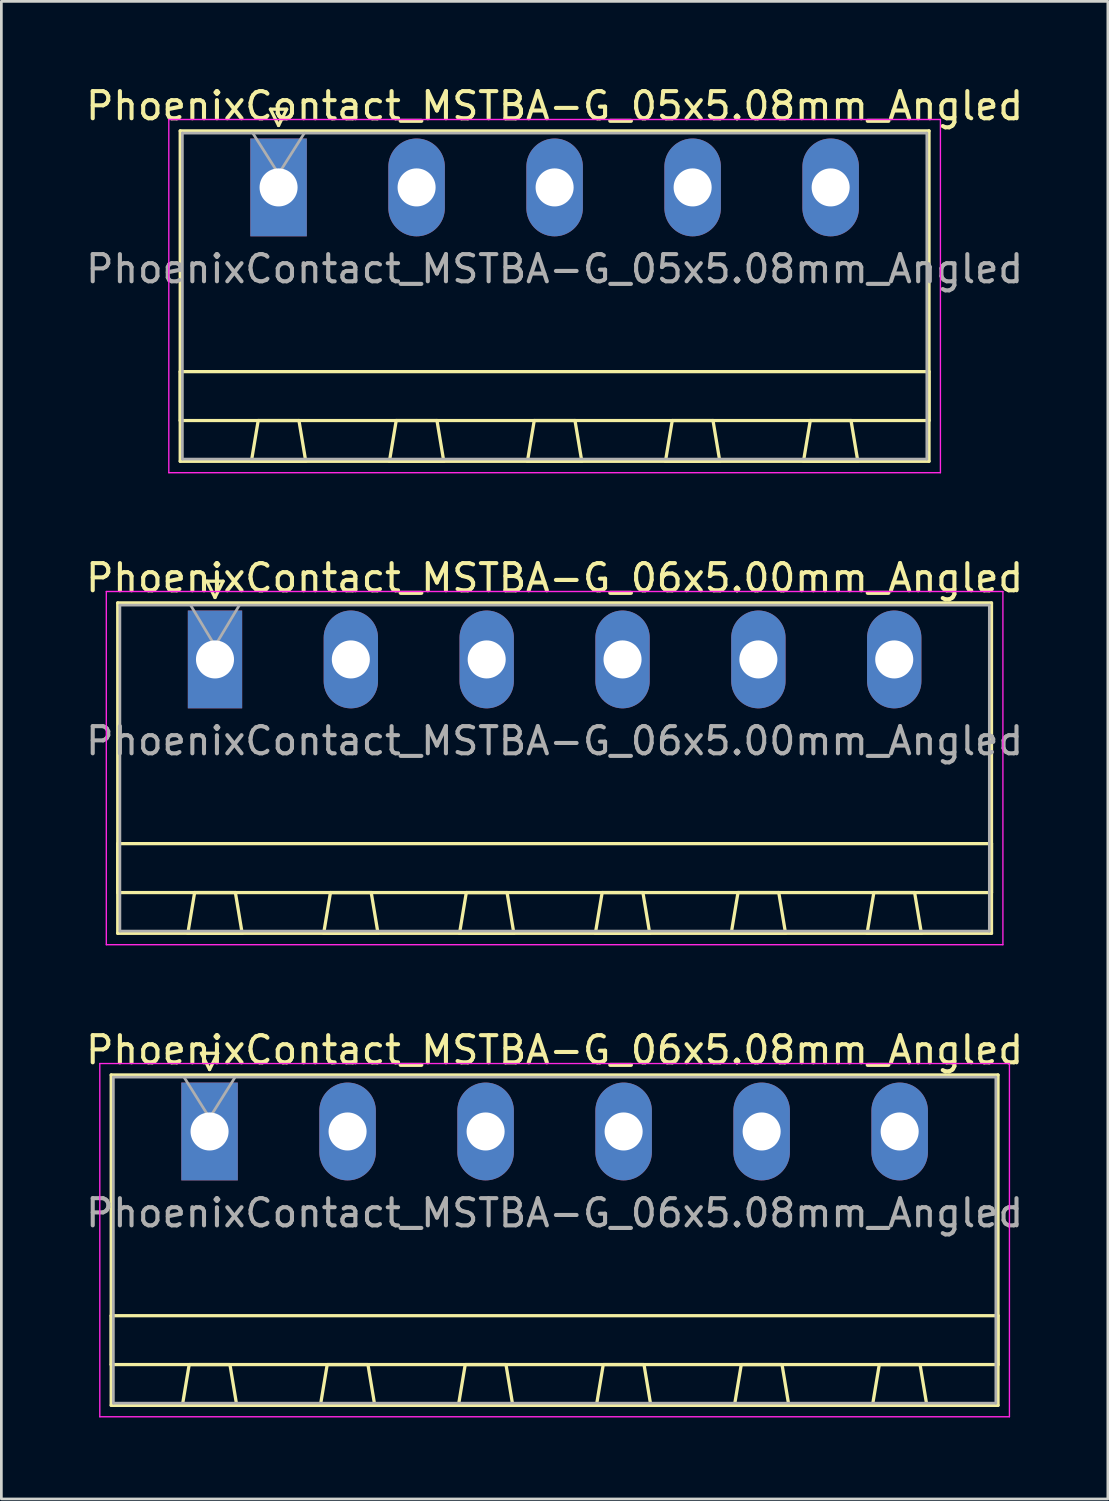
<source format=kicad_pcb>
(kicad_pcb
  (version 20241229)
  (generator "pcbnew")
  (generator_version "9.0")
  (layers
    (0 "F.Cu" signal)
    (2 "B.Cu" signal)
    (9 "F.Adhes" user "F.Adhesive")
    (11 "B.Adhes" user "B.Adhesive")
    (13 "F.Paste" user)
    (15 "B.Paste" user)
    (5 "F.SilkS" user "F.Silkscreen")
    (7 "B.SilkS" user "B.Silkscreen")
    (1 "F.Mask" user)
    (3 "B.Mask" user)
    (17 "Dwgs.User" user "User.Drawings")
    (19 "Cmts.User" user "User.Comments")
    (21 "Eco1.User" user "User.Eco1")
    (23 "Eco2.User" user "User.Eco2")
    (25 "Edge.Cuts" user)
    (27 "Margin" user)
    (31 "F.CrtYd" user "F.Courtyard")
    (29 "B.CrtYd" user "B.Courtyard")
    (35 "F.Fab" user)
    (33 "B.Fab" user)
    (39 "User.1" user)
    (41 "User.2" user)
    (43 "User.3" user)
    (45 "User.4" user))
  (footprint "PhoenixContact_MSTBA-G_06x5.08mm_Angled"
    (layer "F.Cu")
    (at 4.663 38.595)
    (property "Reference" "PhoenixContact_MSTBA-G_06x5.08mm_Angled" (at 12.7 -3 0) (layer "F.SilkS") (effects (font (size 1 1) (thickness 0.15))))
    (attr through_hole)
    (fp_line (start -3.62 -2.08) (end -3.62 10.08) (stroke (width 0.12) (type solid)) (layer "F.SilkS"))
    (fp_line (start -3.62 6.78) (end 29.02 6.78) (stroke (width 0.12) (type solid)) (layer "F.SilkS"))
    (fp_line (start -3.62 8.58) (end -3.62 6.78) (stroke (width 0.12) (type solid)) (layer "F.SilkS"))
    (fp_line (start -3.62 10.08) (end 29.02 10.08) (stroke (width 0.12) (type solid)) (layer "F.SilkS"))
    (fp_line (start -1 10.08) (end 1 10.08) (stroke (width 0.12) (type solid)) (layer "F.SilkS"))
    (fp_line (start -0.75 8.58) (end -1 10.08) (stroke (width 0.12) (type solid)) (layer "F.SilkS"))
    (fp_line (start -0.3 -2.88) (end 0.3 -2.88) (stroke (width 0.12) (type solid)) (layer "F.SilkS"))
    (fp_line (start 0 -2.28) (end -0.3 -2.88) (stroke (width 0.12) (type solid)) (layer "F.SilkS"))
    (fp_line (start 0.3 -2.88) (end 0 -2.28) (stroke (width 0.12) (type solid)) (layer "F.SilkS"))
    (fp_line (start 0.75 8.58) (end -0.75 8.58) (stroke (width 0.12) (type solid)) (layer "F.SilkS"))
    (fp_line (start 1 10.08) (end 0.75 8.58) (stroke (width 0.12) (type solid)) (layer "F.SilkS"))
    (fp_line (start 4.08 10.08) (end 6.08 10.08) (stroke (width 0.12) (type solid)) (layer "F.SilkS"))
    (fp_line (start 4.33 8.58) (end 4.08 10.08) (stroke (width 0.12) (type solid)) (layer "F.SilkS"))
    (fp_line (start 5.83 8.58) (end 4.33 8.58) (stroke (width 0.12) (type solid)) (layer "F.SilkS"))
    (fp_line (start 6.08 10.08) (end 5.83 8.58) (stroke (width 0.12) (type solid)) (layer "F.SilkS"))
    (fp_line (start 9.16 10.08) (end 11.16 10.08) (stroke (width 0.12) (type solid)) (layer "F.SilkS"))
    (fp_line (start 9.41 8.58) (end 9.16 10.08) (stroke (width 0.12) (type solid)) (layer "F.SilkS"))
    (fp_line (start 10.91 8.58) (end 9.41 8.58) (stroke (width 0.12) (type solid)) (layer "F.SilkS"))
    (fp_line (start 11.16 10.08) (end 10.91 8.58) (stroke (width 0.12) (type solid)) (layer "F.SilkS"))
    (fp_line (start 14.24 10.08) (end 16.24 10.08) (stroke (width 0.12) (type solid)) (layer "F.SilkS"))
    (fp_line (start 14.49 8.58) (end 14.24 10.08) (stroke (width 0.12) (type solid)) (layer "F.SilkS"))
    (fp_line (start 15.99 8.58) (end 14.49 8.58) (stroke (width 0.12) (type solid)) (layer "F.SilkS"))
    (fp_line (start 16.24 10.08) (end 15.99 8.58) (stroke (width 0.12) (type solid)) (layer "F.SilkS"))
    (fp_line (start 19.32 10.08) (end 21.32 10.08) (stroke (width 0.12) (type solid)) (layer "F.SilkS"))
    (fp_line (start 19.57 8.58) (end 19.32 10.08) (stroke (width 0.12) (type solid)) (layer "F.SilkS"))
    (fp_line (start 21.07 8.58) (end 19.57 8.58) (stroke (width 0.12) (type solid)) (layer "F.SilkS"))
    (fp_line (start 21.32 10.08) (end 21.07 8.58) (stroke (width 0.12) (type solid)) (layer "F.SilkS"))
    (fp_line (start 24.4 10.08) (end 26.4 10.08) (stroke (width 0.12) (type solid)) (layer "F.SilkS"))
    (fp_line (start 24.65 8.58) (end 24.4 10.08) (stroke (width 0.12) (type solid)) (layer "F.SilkS"))
    (fp_line (start 26.15 8.58) (end 24.65 8.58) (stroke (width 0.12) (type solid)) (layer "F.SilkS"))
    (fp_line (start 26.4 10.08) (end 26.15 8.58) (stroke (width 0.12) (type solid)) (layer "F.SilkS"))
    (fp_line (start 29.02 -2.08) (end -3.62 -2.08) (stroke (width 0.12) (type solid)) (layer "F.SilkS"))
    (fp_line (start 29.02 6.78) (end 29.02 8.58) (stroke (width 0.12) (type solid)) (layer "F.SilkS"))
    (fp_line (start 29.02 8.58) (end -3.62 8.58) (stroke (width 0.12) (type solid)) (layer "F.SilkS"))
    (fp_line (start 29.02 10.08) (end 29.02 -2.08) (stroke (width 0.12) (type solid)) (layer "F.SilkS"))
    (fp_line (start -4.04 -2.5) (end -4.04 10.5) (stroke (width 0.05) (type solid)) (layer "F.CrtYd"))
    (fp_line (start -4.04 10.5) (end 29.44 10.5) (stroke (width 0.05) (type solid)) (layer "F.CrtYd"))
    (fp_line (start 29.44 -2.5) (end -4.04 -2.5) (stroke (width 0.05) (type solid)) (layer "F.CrtYd"))
    (fp_line (start 29.44 10.5) (end 29.44 -2.5) (stroke (width 0.05) (type solid)) (layer "F.CrtYd"))
    (fp_line (start -3.54 -2) (end -3.54 10) (stroke (width 0.1) (type solid)) (layer "F.Fab"))
    (fp_line (start -3.54 10) (end 28.94 10) (stroke (width 0.1) (type solid)) (layer "F.Fab"))
    (fp_line (start 0 -0.5) (end -0.94 -2) (stroke (width 0.1) (type solid)) (layer "F.Fab"))
    (fp_line (start 0.94 -2) (end 0 -0.5) (stroke (width 0.1) (type solid)) (layer "F.Fab"))
    (fp_line (start 28.94 -2) (end -3.54 -2) (stroke (width 0.1) (type solid)) (layer "F.Fab"))
    (fp_line (start 28.94 10) (end 28.94 -2) (stroke (width 0.1) (type solid)) (layer "F.Fab"))
    (fp_text user "${REFERENCE}" (at 12.7 3 0) (layer "F.Fab") (effects (font (size 1 1) (thickness 0.15))))
    (pad "1" thru_hole rect (at 0 0) (size 2.08 3.6) (drill 1.4) (layers "*.Cu" "*.Mask"))
    (pad "2" thru_hole oval (at 5.08 0) (size 2.08 3.6) (drill 1.4) (layers "*.Cu" "*.Mask"))
    (pad "3" thru_hole oval (at 10.16 0) (size 2.08 3.6) (drill 1.4) (layers "*.Cu" "*.Mask"))
    (pad "4" thru_hole oval (at 15.24 0) (size 2.08 3.6) (drill 1.4) (layers "*.Cu" "*.Mask"))
    (pad "5" thru_hole oval (at 20.32 0) (size 2.08 3.6) (drill 1.4) (layers "*.Cu" "*.Mask"))
    (pad "6" thru_hole oval (at 25.4 0) (size 2.08 3.6) (drill 1.4) (layers "*.Cu" "*.Mask")))
  (footprint "PhoenixContact_MSTBA-G_06x5.00mm_Angled"
    (layer "F.Cu")
    (at 4.863 21.221)
    (property "Reference" "PhoenixContact_MSTBA-G_06x5.00mm_Angled" (at 12.5 -3 0) (layer "F.SilkS") (effects (font (size 1 1) (thickness 0.15))))
    (attr through_hole)
    (fp_line (start -3.58 -2.08) (end -3.58 10.08) (stroke (width 0.12) (type solid)) (layer "F.SilkS"))
    (fp_line (start -3.58 6.78) (end 28.58 6.78) (stroke (width 0.12) (type solid)) (layer "F.SilkS"))
    (fp_line (start -3.58 8.58) (end -3.58 6.78) (stroke (width 0.12) (type solid)) (layer "F.SilkS"))
    (fp_line (start -3.58 10.08) (end 28.58 10.08) (stroke (width 0.12) (type solid)) (layer "F.SilkS"))
    (fp_line (start -1 10.08) (end 1 10.08) (stroke (width 0.12) (type solid)) (layer "F.SilkS"))
    (fp_line (start -0.75 8.58) (end -1 10.08) (stroke (width 0.12) (type solid)) (layer "F.SilkS"))
    (fp_line (start -0.3 -2.88) (end 0.3 -2.88) (stroke (width 0.12) (type solid)) (layer "F.SilkS"))
    (fp_line (start 0 -2.28) (end -0.3 -2.88) (stroke (width 0.12) (type solid)) (layer "F.SilkS"))
    (fp_line (start 0.3 -2.88) (end 0 -2.28) (stroke (width 0.12) (type solid)) (layer "F.SilkS"))
    (fp_line (start 0.75 8.58) (end -0.75 8.58) (stroke (width 0.12) (type solid)) (layer "F.SilkS"))
    (fp_line (start 1 10.08) (end 0.75 8.58) (stroke (width 0.12) (type solid)) (layer "F.SilkS"))
    (fp_line (start 4 10.08) (end 6 10.08) (stroke (width 0.12) (type solid)) (layer "F.SilkS"))
    (fp_line (start 4.25 8.58) (end 4 10.08) (stroke (width 0.12) (type solid)) (layer "F.SilkS"))
    (fp_line (start 5.75 8.58) (end 4.25 8.58) (stroke (width 0.12) (type solid)) (layer "F.SilkS"))
    (fp_line (start 6 10.08) (end 5.75 8.58) (stroke (width 0.12) (type solid)) (layer "F.SilkS"))
    (fp_line (start 9 10.08) (end 11 10.08) (stroke (width 0.12) (type solid)) (layer "F.SilkS"))
    (fp_line (start 9.25 8.58) (end 9 10.08) (stroke (width 0.12) (type solid)) (layer "F.SilkS"))
    (fp_line (start 10.75 8.58) (end 9.25 8.58) (stroke (width 0.12) (type solid)) (layer "F.SilkS"))
    (fp_line (start 11 10.08) (end 10.75 8.58) (stroke (width 0.12) (type solid)) (layer "F.SilkS"))
    (fp_line (start 14 10.08) (end 16 10.08) (stroke (width 0.12) (type solid)) (layer "F.SilkS"))
    (fp_line (start 14.25 8.58) (end 14 10.08) (stroke (width 0.12) (type solid)) (layer "F.SilkS"))
    (fp_line (start 15.75 8.58) (end 14.25 8.58) (stroke (width 0.12) (type solid)) (layer "F.SilkS"))
    (fp_line (start 16 10.08) (end 15.75 8.58) (stroke (width 0.12) (type solid)) (layer "F.SilkS"))
    (fp_line (start 19 10.08) (end 21 10.08) (stroke (width 0.12) (type solid)) (layer "F.SilkS"))
    (fp_line (start 19.25 8.58) (end 19 10.08) (stroke (width 0.12) (type solid)) (layer "F.SilkS"))
    (fp_line (start 20.75 8.58) (end 19.25 8.58) (stroke (width 0.12) (type solid)) (layer "F.SilkS"))
    (fp_line (start 21 10.08) (end 20.75 8.58) (stroke (width 0.12) (type solid)) (layer "F.SilkS"))
    (fp_line (start 24 10.08) (end 26 10.08) (stroke (width 0.12) (type solid)) (layer "F.SilkS"))
    (fp_line (start 24.25 8.58) (end 24 10.08) (stroke (width 0.12) (type solid)) (layer "F.SilkS"))
    (fp_line (start 25.75 8.58) (end 24.25 8.58) (stroke (width 0.12) (type solid)) (layer "F.SilkS"))
    (fp_line (start 26 10.08) (end 25.75 8.58) (stroke (width 0.12) (type solid)) (layer "F.SilkS"))
    (fp_line (start 28.58 -2.08) (end -3.58 -2.08) (stroke (width 0.12) (type solid)) (layer "F.SilkS"))
    (fp_line (start 28.58 6.78) (end 28.58 8.58) (stroke (width 0.12) (type solid)) (layer "F.SilkS"))
    (fp_line (start 28.58 8.58) (end -3.58 8.58) (stroke (width 0.12) (type solid)) (layer "F.SilkS"))
    (fp_line (start 28.58 10.08) (end 28.58 -2.08) (stroke (width 0.12) (type solid)) (layer "F.SilkS"))
    (fp_line (start -4 -2.5) (end -4 10.5) (stroke (width 0.05) (type solid)) (layer "F.CrtYd"))
    (fp_line (start -4 10.5) (end 29 10.5) (stroke (width 0.05) (type solid)) (layer "F.CrtYd"))
    (fp_line (start 29 -2.5) (end -4 -2.5) (stroke (width 0.05) (type solid)) (layer "F.CrtYd"))
    (fp_line (start 29 10.5) (end 29 -2.5) (stroke (width 0.05) (type solid)) (layer "F.CrtYd"))
    (fp_line (start -3.5 -2) (end -3.5 10) (stroke (width 0.1) (type solid)) (layer "F.Fab"))
    (fp_line (start -3.5 10) (end 28.5 10) (stroke (width 0.1) (type solid)) (layer "F.Fab"))
    (fp_line (start 0 -0.5) (end -0.9 -2) (stroke (width 0.1) (type solid)) (layer "F.Fab"))
    (fp_line (start 0.9 -2) (end 0 -0.5) (stroke (width 0.1) (type solid)) (layer "F.Fab"))
    (fp_line (start 28.5 -2) (end -3.5 -2) (stroke (width 0.1) (type solid)) (layer "F.Fab"))
    (fp_line (start 28.5 10) (end 28.5 -2) (stroke (width 0.1) (type solid)) (layer "F.Fab"))
    (fp_text user "${REFERENCE}" (at 12.5 3 0) (layer "F.Fab") (effects (font (size 1 1) (thickness 0.15))))
    (pad "1" thru_hole rect (at 0 0) (size 2 3.6) (drill 1.4) (layers "*.Cu" "*.Mask"))
    (pad "2" thru_hole oval (at 5 0) (size 2 3.6) (drill 1.4) (layers "*.Cu" "*.Mask"))
    (pad "3" thru_hole oval (at 10 0) (size 2 3.6) (drill 1.4) (layers "*.Cu" "*.Mask"))
    (pad "4" thru_hole oval (at 15 0) (size 2 3.6) (drill 1.4) (layers "*.Cu" "*.Mask"))
    (pad "5" thru_hole oval (at 20 0) (size 2 3.6) (drill 1.4) (layers "*.Cu" "*.Mask"))
    (pad "6" thru_hole oval (at 25 0) (size 2 3.6) (drill 1.4) (layers "*.Cu" "*.Mask")))
  (footprint "PhoenixContact_MSTBA-G_05x5.08mm_Angled"
    (layer "F.Cu")
    (at 7.203 3.848)
    (property "Reference" "PhoenixContact_MSTBA-G_05x5.08mm_Angled" (at 10.16 -3 0) (layer "F.SilkS") (effects (font (size 1 1) (thickness 0.15))))
    (attr through_hole)
    (fp_line (start -3.62 -2.08) (end -3.62 10.08) (stroke (width 0.12) (type solid)) (layer "F.SilkS"))
    (fp_line (start -3.62 6.78) (end 23.94 6.78) (stroke (width 0.12) (type solid)) (layer "F.SilkS"))
    (fp_line (start -3.62 8.58) (end -3.62 6.78) (stroke (width 0.12) (type solid)) (layer "F.SilkS"))
    (fp_line (start -3.62 10.08) (end 23.94 10.08) (stroke (width 0.12) (type solid)) (layer "F.SilkS"))
    (fp_line (start -1 10.08) (end 1 10.08) (stroke (width 0.12) (type solid)) (layer "F.SilkS"))
    (fp_line (start -0.75 8.58) (end -1 10.08) (stroke (width 0.12) (type solid)) (layer "F.SilkS"))
    (fp_line (start -0.3 -2.88) (end 0.3 -2.88) (stroke (width 0.12) (type solid)) (layer "F.SilkS"))
    (fp_line (start 0 -2.28) (end -0.3 -2.88) (stroke (width 0.12) (type solid)) (layer "F.SilkS"))
    (fp_line (start 0.3 -2.88) (end 0 -2.28) (stroke (width 0.12) (type solid)) (layer "F.SilkS"))
    (fp_line (start 0.75 8.58) (end -0.75 8.58) (stroke (width 0.12) (type solid)) (layer "F.SilkS"))
    (fp_line (start 1 10.08) (end 0.75 8.58) (stroke (width 0.12) (type solid)) (layer "F.SilkS"))
    (fp_line (start 4.08 10.08) (end 6.08 10.08) (stroke (width 0.12) (type solid)) (layer "F.SilkS"))
    (fp_line (start 4.33 8.58) (end 4.08 10.08) (stroke (width 0.12) (type solid)) (layer "F.SilkS"))
    (fp_line (start 5.83 8.58) (end 4.33 8.58) (stroke (width 0.12) (type solid)) (layer "F.SilkS"))
    (fp_line (start 6.08 10.08) (end 5.83 8.58) (stroke (width 0.12) (type solid)) (layer "F.SilkS"))
    (fp_line (start 9.16 10.08) (end 11.16 10.08) (stroke (width 0.12) (type solid)) (layer "F.SilkS"))
    (fp_line (start 9.41 8.58) (end 9.16 10.08) (stroke (width 0.12) (type solid)) (layer "F.SilkS"))
    (fp_line (start 10.91 8.58) (end 9.41 8.58) (stroke (width 0.12) (type solid)) (layer "F.SilkS"))
    (fp_line (start 11.16 10.08) (end 10.91 8.58) (stroke (width 0.12) (type solid)) (layer "F.SilkS"))
    (fp_line (start 14.24 10.08) (end 16.24 10.08) (stroke (width 0.12) (type solid)) (layer "F.SilkS"))
    (fp_line (start 14.49 8.58) (end 14.24 10.08) (stroke (width 0.12) (type solid)) (layer "F.SilkS"))
    (fp_line (start 15.99 8.58) (end 14.49 8.58) (stroke (width 0.12) (type solid)) (layer "F.SilkS"))
    (fp_line (start 16.24 10.08) (end 15.99 8.58) (stroke (width 0.12) (type solid)) (layer "F.SilkS"))
    (fp_line (start 19.32 10.08) (end 21.32 10.08) (stroke (width 0.12) (type solid)) (layer "F.SilkS"))
    (fp_line (start 19.57 8.58) (end 19.32 10.08) (stroke (width 0.12) (type solid)) (layer "F.SilkS"))
    (fp_line (start 21.07 8.58) (end 19.57 8.58) (stroke (width 0.12) (type solid)) (layer "F.SilkS"))
    (fp_line (start 21.32 10.08) (end 21.07 8.58) (stroke (width 0.12) (type solid)) (layer "F.SilkS"))
    (fp_line (start 23.94 -2.08) (end -3.62 -2.08) (stroke (width 0.12) (type solid)) (layer "F.SilkS"))
    (fp_line (start 23.94 6.78) (end 23.94 8.58) (stroke (width 0.12) (type solid)) (layer "F.SilkS"))
    (fp_line (start 23.94 8.58) (end -3.62 8.58) (stroke (width 0.12) (type solid)) (layer "F.SilkS"))
    (fp_line (start 23.94 10.08) (end 23.94 -2.08) (stroke (width 0.12) (type solid)) (layer "F.SilkS"))
    (fp_line (start -4.04 -2.5) (end -4.04 10.5) (stroke (width 0.05) (type solid)) (layer "F.CrtYd"))
    (fp_line (start -4.04 10.5) (end 24.36 10.5) (stroke (width 0.05) (type solid)) (layer "F.CrtYd"))
    (fp_line (start 24.36 -2.5) (end -4.04 -2.5) (stroke (width 0.05) (type solid)) (layer "F.CrtYd"))
    (fp_line (start 24.36 10.5) (end 24.36 -2.5) (stroke (width 0.05) (type solid)) (layer "F.CrtYd"))
    (fp_line (start -3.54 -2) (end -3.54 10) (stroke (width 0.1) (type solid)) (layer "F.Fab"))
    (fp_line (start -3.54 10) (end 23.86 10) (stroke (width 0.1) (type solid)) (layer "F.Fab"))
    (fp_line (start 0 -0.5) (end -0.95 -2) (stroke (width 0.1) (type solid)) (layer "F.Fab"))
    (fp_line (start 0.95 -2) (end 0 -0.5) (stroke (width 0.1) (type solid)) (layer "F.Fab"))
    (fp_line (start 23.86 -2) (end -3.54 -2) (stroke (width 0.1) (type solid)) (layer "F.Fab"))
    (fp_line (start 23.86 10) (end 23.86 -2) (stroke (width 0.1) (type solid)) (layer "F.Fab"))
    (fp_text user "${REFERENCE}" (at 10.16 3 0) (layer "F.Fab") (effects (font (size 1 1) (thickness 0.15))))
    (pad "1" thru_hole rect (at 0 0) (size 2.08 3.6) (drill 1.4) (layers "*.Cu" "*.Mask"))
    (pad "2" thru_hole oval (at 5.08 0) (size 2.08 3.6) (drill 1.4) (layers "*.Cu" "*.Mask"))
    (pad "3" thru_hole oval (at 10.16 0) (size 2.08 3.6) (drill 1.4) (layers "*.Cu" "*.Mask"))
    (pad "4" thru_hole oval (at 15.24 0) (size 2.08 3.6) (drill 1.4) (layers "*.Cu" "*.Mask"))
    (pad "5" thru_hole oval (at 20.32 0) (size 2.08 3.6) (drill 1.4) (layers "*.Cu" "*.Mask")))
  (gr_rect
    (start -3 -3)
    (end 37.726 52.12)
    (stroke (width 0.1) (type default))
    (fill no)
    (layer "Edge.Cuts")))
</source>
